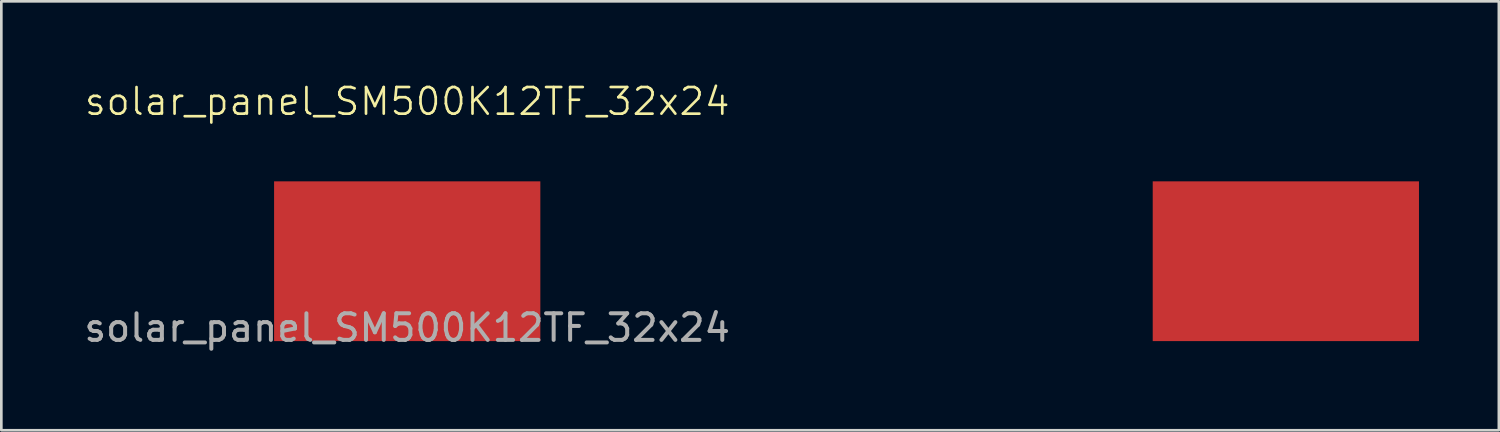
<source format=kicad_pcb>
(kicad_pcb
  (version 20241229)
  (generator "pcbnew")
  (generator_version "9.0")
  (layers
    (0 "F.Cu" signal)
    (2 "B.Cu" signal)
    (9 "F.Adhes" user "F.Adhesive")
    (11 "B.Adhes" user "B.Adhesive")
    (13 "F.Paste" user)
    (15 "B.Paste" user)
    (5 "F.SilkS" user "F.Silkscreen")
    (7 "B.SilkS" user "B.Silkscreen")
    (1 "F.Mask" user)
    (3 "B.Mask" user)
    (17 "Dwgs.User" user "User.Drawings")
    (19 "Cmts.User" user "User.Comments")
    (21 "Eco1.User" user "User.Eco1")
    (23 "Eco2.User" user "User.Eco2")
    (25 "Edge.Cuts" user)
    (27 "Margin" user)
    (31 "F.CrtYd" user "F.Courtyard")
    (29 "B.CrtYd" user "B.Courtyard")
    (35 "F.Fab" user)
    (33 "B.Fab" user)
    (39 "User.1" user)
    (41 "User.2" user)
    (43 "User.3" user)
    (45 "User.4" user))
  (footprint "solar_panel_SM500K12TF_32x24"
    (layer "F.Cu")
    (at 12.244 6.761)
    (property "Reference" "solar_panel_SM500K12TF_32x24" (at 0 -6 0) (unlocked yes) (layer "F.SilkS") (effects (font (size 1 1) (thickness 0.1))))
    (attr smd)
    (fp_text user "${REFERENCE}" (at 0 2.5 0) (unlocked yes) (layer "F.Fab") (effects (font (size 1 1) (thickness 0.15))))
    (pad "1" smd rect (at 0 0) (size 10 6) (layers "F.Cu" "F.Mask" "F.Paste"))
    (pad "2" smd rect (at 33 0) (size 10 6) (layers "F.Cu" "F.Mask" "F.Paste")))
  (gr_rect
    (start -3 -3)
    (end 53.244 13.109)
    (stroke (width 0.1) (type default))
    (fill no)
    (layer "Edge.Cuts")))
</source>
